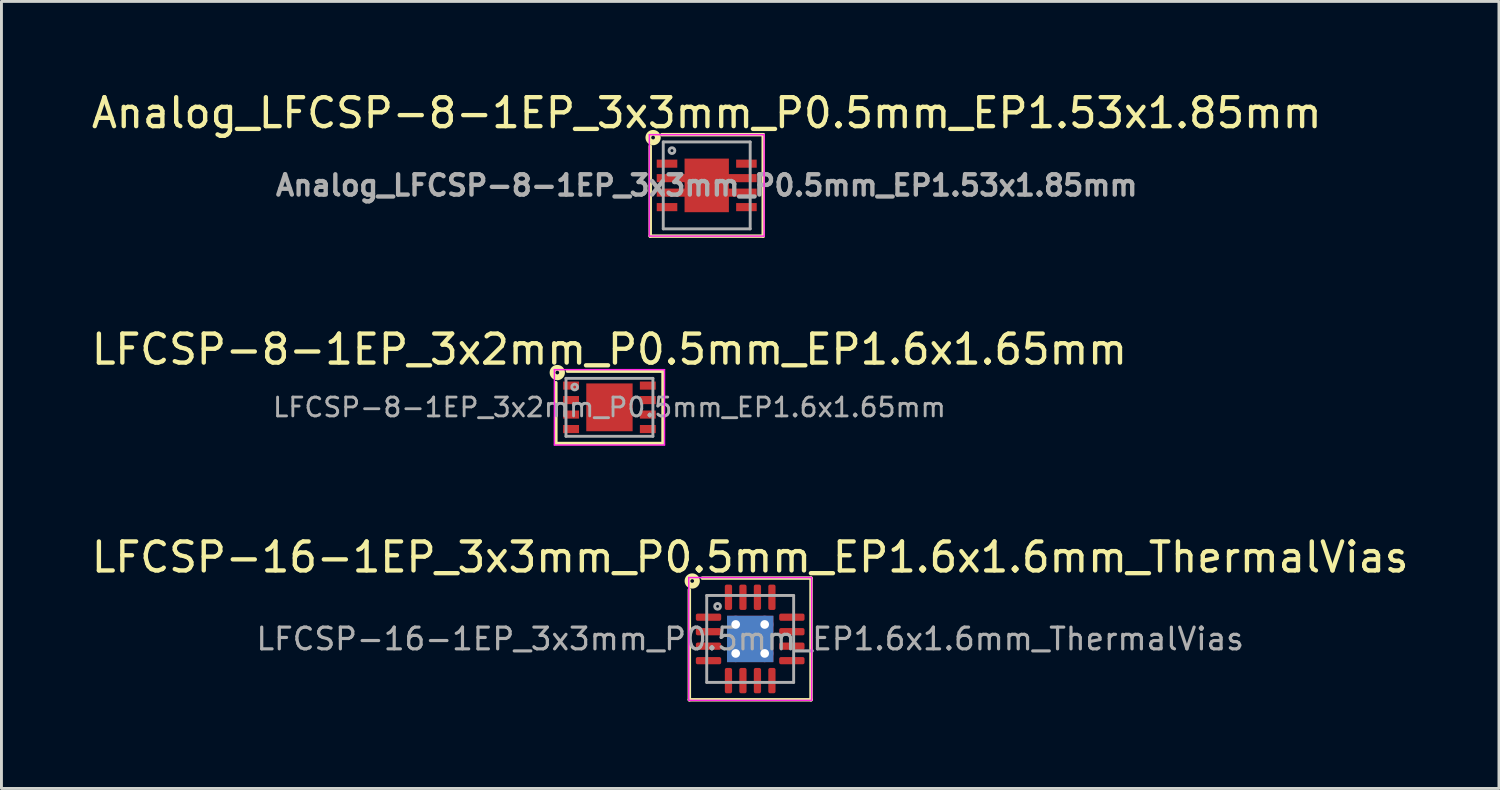
<source format=kicad_pcb>
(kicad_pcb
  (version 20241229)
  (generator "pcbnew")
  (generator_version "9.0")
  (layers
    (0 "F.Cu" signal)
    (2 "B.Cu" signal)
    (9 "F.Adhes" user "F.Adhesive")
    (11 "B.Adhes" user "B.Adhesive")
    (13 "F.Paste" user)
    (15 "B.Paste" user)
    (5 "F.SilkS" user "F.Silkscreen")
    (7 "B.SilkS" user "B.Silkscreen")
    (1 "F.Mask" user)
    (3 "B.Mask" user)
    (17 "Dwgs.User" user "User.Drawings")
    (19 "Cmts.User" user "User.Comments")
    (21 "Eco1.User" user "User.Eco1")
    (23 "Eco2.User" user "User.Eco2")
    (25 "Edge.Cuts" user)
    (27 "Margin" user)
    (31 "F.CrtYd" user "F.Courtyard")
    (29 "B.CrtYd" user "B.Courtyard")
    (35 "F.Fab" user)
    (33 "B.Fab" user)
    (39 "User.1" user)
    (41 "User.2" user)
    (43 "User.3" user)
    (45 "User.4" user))
  (footprint "LFCSP-8-1EP_3x2mm_P0.5mm_EP1.6x1.65mm"
    (layer "F.Cu")
    (at 17.982 11.007)
    (property "Reference" "LFCSP-8-1EP_3x2mm_P0.5mm_EP1.6x1.65mm" (at 0 -2 0) (layer "F.SilkS") (effects (font (size 1 1) (thickness 0.15))))
    (attr smd)
    (fp_line (start -1.85 1.25) (end -1.85 -0.85) (stroke (width 0.12) (type solid)) (layer "F.SilkS"))
    (fp_line (start -1.45 -1.25) (end 1.8 -1.25) (stroke (width 0.12) (type solid)) (layer "F.SilkS"))
    (fp_line (start 1.8 -1.25) (end 1.85 -1.25) (stroke (width 0.12) (type solid)) (layer "F.SilkS"))
    (fp_line (start 1.85 -1.25) (end 1.85 1.25) (stroke (width 0.12) (type solid)) (layer "F.SilkS"))
    (fp_line (start 1.85 1.25) (end -1.85 1.25) (stroke (width 0.12) (type solid)) (layer "F.SilkS"))
    (fp_circle (center -1.8 -1.2) (end -1.736 -1.2) (stroke (width 0.2) (type solid)) (fill no) (layer "F.SilkS"))
    (fp_rect (start -0.6 -0.65) (end 0.6 0.65) (stroke (width 0.12) (type solid)) (fill yes) (layer "F.Paste"))
    (fp_line (start -1.9 -1.3) (end 1.9 -1.3) (stroke (width 0.05) (type solid)) (layer "F.CrtYd"))
    (fp_line (start -1.9 1.3) (end -1.9 -1.3) (stroke (width 0.05) (type solid)) (layer "F.CrtYd"))
    (fp_line (start 1.9 -1.3) (end 1.9 1.3) (stroke (width 0.05) (type solid)) (layer "F.CrtYd"))
    (fp_line (start 1.9 1.3) (end -1.9 1.3) (stroke (width 0.05) (type solid)) (layer "F.CrtYd"))
    (fp_line (start -1.5 -1) (end -1.5 1) (stroke (width 0.1) (type solid)) (layer "F.Fab"))
    (fp_line (start -1.5 -1) (end 1.5 -1) (stroke (width 0.1) (type solid)) (layer "F.Fab"))
    (fp_line (start 1.5 1) (end -1.5 1) (stroke (width 0.1) (type solid)) (layer "F.Fab"))
    (fp_line (start 1.5 1) (end 1.5 -1) (stroke (width 0.1) (type solid)) (layer "F.Fab"))
    (fp_circle (center -1.2 -0.7) (end -1.1 -0.7) (stroke (width 0.1) (type solid)) (fill no) (layer "F.Fab"))
    (fp_text user "${REFERENCE}" (at 0 0 180) (layer "F.Fab") (effects (font (size 0.65 0.65) (thickness 0.098))))
    (pad "1" smd rect (at -1.325 -0.75) (size 0.55 0.28) (layers "F.Cu" "F.Mask" "F.Paste"))
    (pad "2" smd rect (at -1.325 -0.25) (size 0.55 0.28) (layers "F.Cu" "F.Mask" "F.Paste"))
    (pad "3" smd rect (at -1.325 0.25) (size 0.55 0.28) (layers "F.Cu" "F.Mask" "F.Paste"))
    (pad "4" smd rect (at -1.325 0.75) (size 0.55 0.28) (layers "F.Cu" "F.Mask" "F.Paste"))
    (pad "5" smd rect (at 1.325 0.75) (size 0.55 0.28) (layers "F.Cu" "F.Mask" "F.Paste"))
    (pad "6" smd rect (at 1.325 0.25) (size 0.55 0.28) (layers "F.Cu" "F.Mask" "F.Paste"))
    (pad "7" smd rect (at 1.325 -0.25) (size 0.55 0.28) (layers "F.Cu" "F.Mask" "F.Paste"))
    (pad "8" smd rect (at 1.325 -0.75) (size 0.55 0.28) (layers "F.Cu" "F.Mask" "F.Paste"))
    (pad "9" smd rect (at 0 0) (size 1.6 1.65) (layers "F.Cu" "F.Mask")))
  (footprint "Analog_LFCSP-8-1EP_3x3mm_P0.5mm_EP1.53x1.85mm"
    (layer "F.Cu")
    (at 21.339 3.348)
    (property "Reference" "Analog_LFCSP-8-1EP_3x3mm_P0.5mm_EP1.53x1.85mm" (at 0 -2.5 0) (layer "F.SilkS") (effects (font (size 1 1) (thickness 0.15))))
    (attr smd)
    (fp_line (start -1.95 1.75) (end -1.95 -1.35) (stroke (width 0.12) (type solid)) (layer "F.SilkS"))
    (fp_line (start 1.95 -1.75) (end -1.55 -1.75) (stroke (width 0.12) (type solid)) (layer "F.SilkS"))
    (fp_line (start 1.95 -1.75) (end 1.95 1.75) (stroke (width 0.12) (type solid)) (layer "F.SilkS"))
    (fp_line (start 1.95 1.75) (end -1.95 1.75) (stroke (width 0.12) (type solid)) (layer "F.SilkS"))
    (fp_circle (center -1.85 -1.65) (end -1.786 -1.65) (stroke (width 0.2) (type solid)) (fill no) (layer "F.SilkS"))
    (fp_line (start -1.98 -1.75) (end 1.98 -1.75) (stroke (width 0.05) (type solid)) (layer "F.CrtYd"))
    (fp_line (start -1.98 1.75) (end -1.98 -1.75) (stroke (width 0.05) (type solid)) (layer "F.CrtYd"))
    (fp_line (start 1.98 -1.75) (end 1.98 1.75) (stroke (width 0.05) (type solid)) (layer "F.CrtYd"))
    (fp_line (start 1.98 1.75) (end -1.98 1.75) (stroke (width 0.05) (type solid)) (layer "F.CrtYd"))
    (fp_line (start -1.5 -1.5) (end -1.5 1.5) (stroke (width 0.1) (type solid)) (layer "F.Fab"))
    (fp_line (start -1.5 -1.5) (end 1.5 -1.5) (stroke (width 0.1) (type solid)) (layer "F.Fab"))
    (fp_line (start 1.5 1.5) (end -1.5 1.5) (stroke (width 0.1) (type solid)) (layer "F.Fab"))
    (fp_line (start 1.5 1.5) (end 1.5 -1.5) (stroke (width 0.1) (type solid)) (layer "F.Fab"))
    (fp_circle (center -1.2 -1.2) (end -1.1 -1.2) (stroke (width 0.1) (type solid)) (fill no) (layer "F.Fab"))
    (fp_text user "${REFERENCE}" (at 0 0 180) (layer "F.Fab") (effects (font (size 0.7 0.7) (thickness 0.15))))
    (pad "" smd rect (at -1.37 -0.25) (size 0.71 0.28) (layers "F.Mask" "F.Paste"))
    (pad "" smd rect (at -1.37 0.25) (size 0.71 0.28) (layers "F.Mask" "F.Paste"))
    (pad "" smd rect (at 0 0) (size 1.2 1.55) (layers "F.Paste"))
    (pad "" smd rect (at 1.37 -0.25) (size 0.71 0.28) (layers "F.Mask" "F.Paste"))
    (pad "" smd rect (at 1.37 0.25) (size 0.71 0.28) (layers "F.Mask" "F.Paste"))
    (pad "1" smd rect (at -1.37 -0.75) (size 0.71 0.28) (layers "F.Cu" "F.Mask" "F.Paste"))
    (pad "2" smd rect (at 0 -0.25) (size 3.45 0.28) (layers "F.Cu"))
    (pad "2" smd rect (at 0 0) (size 1.53 1.85) (layers "F.Cu" "F.Mask"))
    (pad "2" smd rect (at 0 0.25) (size 3.45 0.28) (layers "F.Cu"))
    (pad "4" smd rect (at -1.37 0.75) (size 0.71 0.28) (layers "F.Cu" "F.Mask" "F.Paste"))
    (pad "5" smd rect (at 1.37 0.75) (size 0.71 0.28) (layers "F.Cu" "F.Mask" "F.Paste"))
    (pad "8" smd rect (at 1.37 -0.75) (size 0.71 0.28) (layers "F.Cu" "F.Mask" "F.Paste")))
  (footprint "LFCSP-16-1EP_3x3mm_P0.5mm_EP1.6x1.6mm_ThermalVias"
    (layer "F.Cu")
    (at 22.839 19)
    (property "Reference" "LFCSP-16-1EP_3x3mm_P0.5mm_EP1.6x1.6mm_ThermalVias" (at 0 -2.82 0) (layer "F.SilkS") (effects (font (size 1 1) (thickness 0.15))))
    (attr smd)
    (fp_line (start -2.1 2.1) (end -2.1 -1.7) (stroke (width 0.12) (type solid)) (layer "F.SilkS"))
    (fp_line (start 2.1 -2.1) (end -1.65 -2.1) (stroke (width 0.12) (type solid)) (layer "F.SilkS"))
    (fp_line (start 2.1 -2.1) (end 2.1 2.1) (stroke (width 0.12) (type solid)) (layer "F.SilkS"))
    (fp_line (start 2.1 2.1) (end -2.1 2.1) (stroke (width 0.12) (type solid)) (layer "F.SilkS"))
    (fp_circle (center -2 -2) (end -1.937 -2) (stroke (width 0.2) (type solid)) (fill no) (layer "F.SilkS"))
    (fp_line (start -2.12 -2.12) (end -2.12 2.12) (stroke (width 0.05) (type solid)) (layer "F.CrtYd"))
    (fp_line (start -2.12 2.12) (end 2.12 2.12) (stroke (width 0.05) (type solid)) (layer "F.CrtYd"))
    (fp_line (start 2.12 -2.12) (end -2.12 -2.12) (stroke (width 0.05) (type solid)) (layer "F.CrtYd"))
    (fp_line (start 2.12 2.12) (end 2.12 -2.12) (stroke (width 0.05) (type solid)) (layer "F.CrtYd"))
    (fp_line (start -1.5 -1.5) (end 1.5 -1.5) (stroke (width 0.1) (type solid)) (layer "F.Fab"))
    (fp_line (start -1.5 1.5) (end -1.5 -1.5) (stroke (width 0.1) (type solid)) (layer "F.Fab"))
    (fp_line (start 1.5 -1.5) (end 1.5 1.5) (stroke (width 0.1) (type solid)) (layer "F.Fab"))
    (fp_line (start 1.5 1.5) (end -1.5 1.5) (stroke (width 0.1) (type solid)) (layer "F.Fab"))
    (fp_circle (center -1.125 -1.125) (end -1.025 -1.125) (stroke (width 0.1) (type solid)) (fill no) (layer "F.Fab"))
    (fp_text user "${REFERENCE}" (at 0 0 0) (layer "F.Fab") (effects (font (size 0.75 0.75) (thickness 0.11))))
    (pad "" smd roundrect (at -0.4 -0.4) (size 0.69 0.69) (layers "F.Paste") (roundrect_rratio 0.25))
    (pad "" smd roundrect (at -0.4 0.4) (size 0.69 0.69) (layers "F.Paste") (roundrect_rratio 0.25))
    (pad "" smd roundrect (at 0.4 -0.4) (size 0.69 0.69) (layers "F.Paste") (roundrect_rratio 0.25))
    (pad "" smd roundrect (at 0.4 0.4) (size 0.69 0.69) (layers "F.Paste") (roundrect_rratio 0.25))
    (pad "1" smd roundrect (at -1.438 -0.75) (size 0.875 0.25) (layers "F.Cu" "F.Mask" "F.Paste") (roundrect_rratio 0.25))
    (pad "2" smd roundrect (at -1.438 -0.25) (size 0.875 0.25) (layers "F.Cu" "F.Mask" "F.Paste") (roundrect_rratio 0.25))
    (pad "3" smd roundrect (at -1.438 0.25) (size 0.875 0.25) (layers "F.Cu" "F.Mask" "F.Paste") (roundrect_rratio 0.25))
    (pad "4" smd roundrect (at -1.438 0.75) (size 0.875 0.25) (layers "F.Cu" "F.Mask" "F.Paste") (roundrect_rratio 0.25))
    (pad "5" smd roundrect (at -0.75 1.438) (size 0.25 0.875) (layers "F.Cu" "F.Mask" "F.Paste") (roundrect_rratio 0.25))
    (pad "6" smd roundrect (at -0.25 1.438) (size 0.25 0.875) (layers "F.Cu" "F.Mask" "F.Paste") (roundrect_rratio 0.25))
    (pad "7" smd roundrect (at 0.25 1.438) (size 0.25 0.875) (layers "F.Cu" "F.Mask" "F.Paste") (roundrect_rratio 0.25))
    (pad "8" smd roundrect (at 0.75 1.438) (size 0.25 0.875) (layers "F.Cu" "F.Mask" "F.Paste") (roundrect_rratio 0.25))
    (pad "9" smd roundrect (at 1.438 0.75) (size 0.875 0.25) (layers "F.Cu" "F.Mask" "F.Paste") (roundrect_rratio 0.25))
    (pad "10" smd roundrect (at 1.438 0.25) (size 0.875 0.25) (layers "F.Cu" "F.Mask" "F.Paste") (roundrect_rratio 0.25))
    (pad "11" smd roundrect (at 1.438 -0.25) (size 0.875 0.25) (layers "F.Cu" "F.Mask" "F.Paste") (roundrect_rratio 0.25))
    (pad "12" smd roundrect (at 1.438 -0.75) (size 0.875 0.25) (layers "F.Cu" "F.Mask" "F.Paste") (roundrect_rratio 0.25))
    (pad "13" smd roundrect (at 0.75 -1.438) (size 0.25 0.875) (layers "F.Cu" "F.Mask" "F.Paste") (roundrect_rratio 0.25))
    (pad "14" smd roundrect (at 0.25 -1.438) (size 0.25 0.875) (layers "F.Cu" "F.Mask" "F.Paste") (roundrect_rratio 0.25))
    (pad "15" smd roundrect (at -0.25 -1.438) (size 0.25 0.875) (layers "F.Cu" "F.Mask" "F.Paste") (roundrect_rratio 0.25))
    (pad "16" smd roundrect (at -0.75 -1.438) (size 0.25 0.875) (layers "F.Cu" "F.Mask" "F.Paste") (roundrect_rratio 0.25))
    (pad "17" thru_hole circle (at -0.5 -0.5) (size 0.6 0.6) (drill 0.3) (layers "*.Cu"))
    (pad "17" thru_hole circle (at -0.5 0.5) (size 0.6 0.6) (drill 0.3) (layers "*.Cu"))
    (pad "17" smd rect (at 0 0) (size 1.6 1.6) (layers "F.Cu" "F.Mask"))
    (pad "17" smd rect (at 0 0) (size 1.6 1.6) (layers "B.Cu" "B.Mask"))
    (pad "17" thru_hole circle (at 0.5 -0.5) (size 0.6 0.6) (drill 0.3) (layers "*.Cu"))
    (pad "17" thru_hole circle (at 0.5 0.5) (size 0.6 0.6) (drill 0.3) (layers "*.Cu")))
  (gr_rect
    (start -3 -3)
    (end 48.679 24.16)
    (stroke (width 0.1) (type default))
    (fill no)
    (layer "Edge.Cuts")))
</source>
